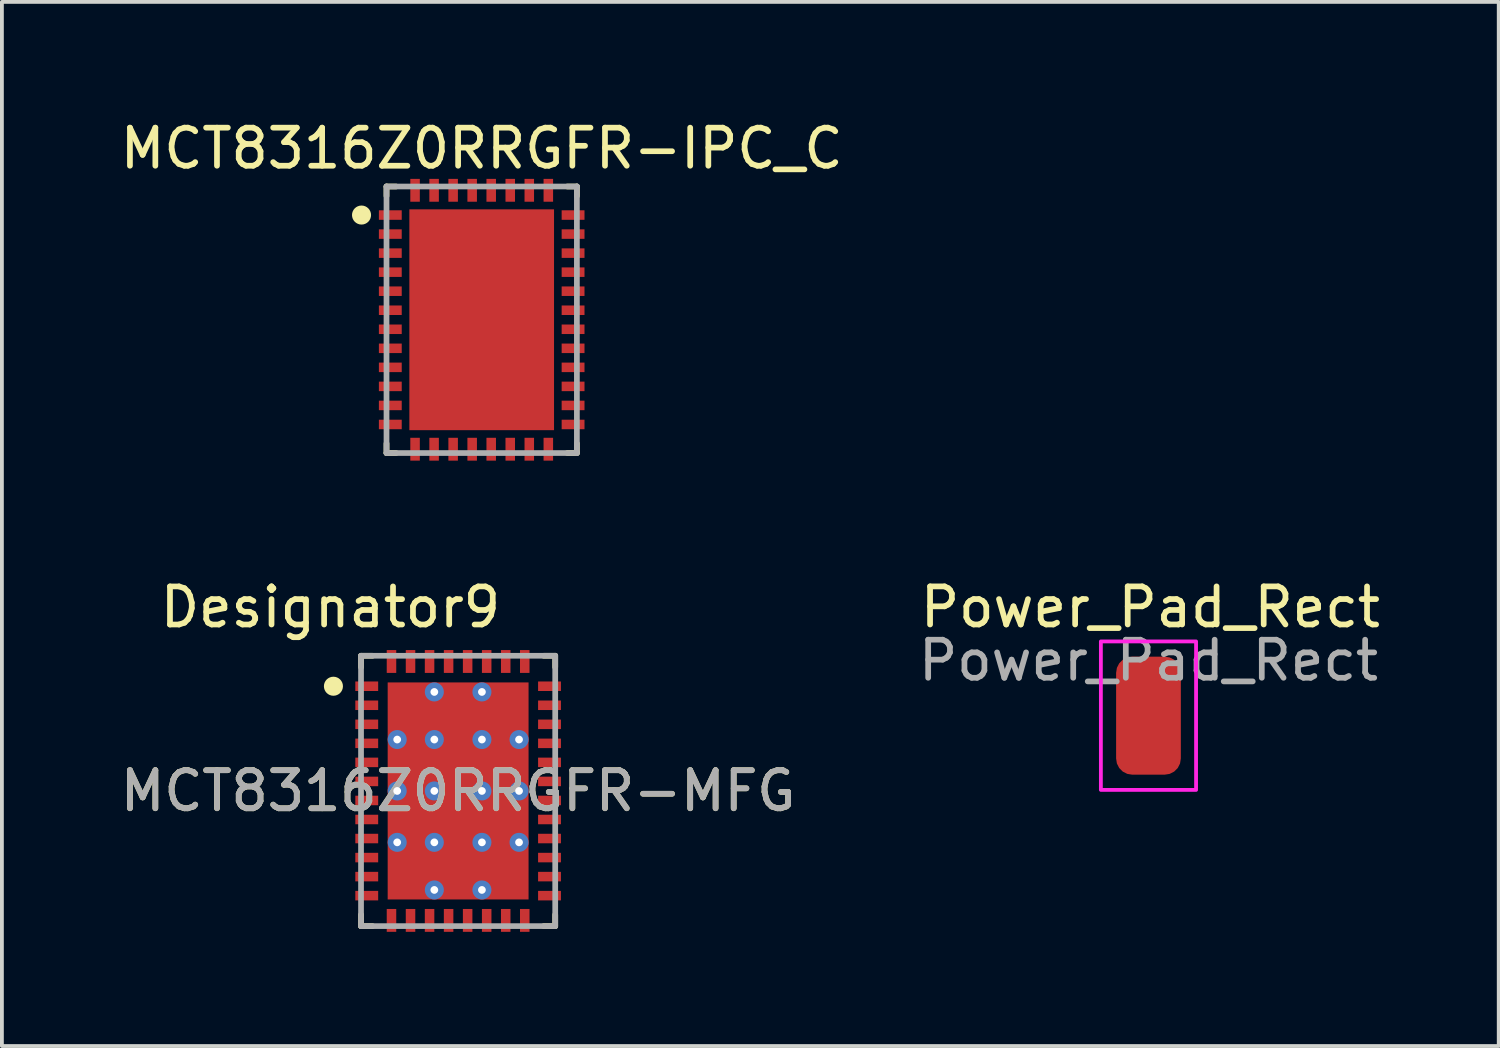
<source format=kicad_pcb>
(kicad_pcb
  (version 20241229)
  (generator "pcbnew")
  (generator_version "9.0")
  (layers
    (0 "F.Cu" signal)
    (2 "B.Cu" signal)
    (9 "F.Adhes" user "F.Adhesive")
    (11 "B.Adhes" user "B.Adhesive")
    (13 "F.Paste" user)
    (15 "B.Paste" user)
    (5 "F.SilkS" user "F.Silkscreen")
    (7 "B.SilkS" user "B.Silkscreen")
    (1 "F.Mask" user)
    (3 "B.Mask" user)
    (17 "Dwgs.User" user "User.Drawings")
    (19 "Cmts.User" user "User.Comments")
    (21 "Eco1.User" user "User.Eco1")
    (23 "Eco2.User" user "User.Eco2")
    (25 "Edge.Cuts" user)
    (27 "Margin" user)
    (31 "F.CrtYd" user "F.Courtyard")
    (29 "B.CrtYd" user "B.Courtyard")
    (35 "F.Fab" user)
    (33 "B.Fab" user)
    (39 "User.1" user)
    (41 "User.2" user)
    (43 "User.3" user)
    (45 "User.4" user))
  (footprint "MCT8316Z0RRGFR-MFG"
    (layer "F.Cu")
    (at 8.982 17.723)
    (property "Reference" "MCT8316Z0RRGFR-MFG" (at 0 0 0) (unlocked yes) (layer "F.SilkS") (effects (font (size 1 1) (thickness 0.15))))
    (attr smd)
    (fp_line (start -2.55 -3.55) (end -2.25 -3.55) (stroke (width 0.15) (type solid)) (layer "F.SilkS"))
    (fp_line (start -2.55 -3.25) (end -2.55 -3.55) (stroke (width 0.15) (type solid)) (layer "F.SilkS"))
    (fp_line (start -2.55 3.55) (end -2.55 3.25) (stroke (width 0.15) (type solid)) (layer "F.SilkS"))
    (fp_line (start -2.55 3.55) (end -2.25 3.55) (stroke (width 0.15) (type solid)) (layer "F.SilkS"))
    (fp_line (start 2.25 -3.55) (end 2.55 -3.55) (stroke (width 0.15) (type solid)) (layer "F.SilkS"))
    (fp_line (start 2.25 3.55) (end 2.55 3.55) (stroke (width 0.15) (type solid)) (layer "F.SilkS"))
    (fp_line (start 2.55 -3.25) (end 2.55 -3.55) (stroke (width 0.15) (type solid)) (layer "F.SilkS"))
    (fp_line (start 2.55 3.55) (end 2.55 3.25) (stroke (width 0.15) (type solid)) (layer "F.SilkS"))
    (fp_circle (center -3.275 -2.75) (end -3.15 -2.75) (stroke (width 0.25) (type solid)) (fill no) (layer "F.SilkS"))
    (fp_poly (pts (xy -1.775 -1.2) (xy -1.725 -1.25) (xy -0.775 -1.25) (xy -0.725 -1.2) (xy -0.725 -0.15) (xy -0.775 -0.1) (xy -1.725 -0.1) (xy -1.775 -0.15)) (stroke (width 0) (type solid)) (fill yes) (layer "F.Paste"))
    (fp_poly (pts (xy -0.775 1.25) (xy -1.725 1.25) (xy -1.775 1.2) (xy -1.775 0.15) (xy -1.725 0.1) (xy -0.775 0.1) (xy -0.725 0.15) (xy -0.725 1.2)) (stroke (width 0) (type solid)) (fill yes) (layer "F.Paste"))
    (fp_poly (pts (xy -0.775 1.45) (xy -0.725 1.5) (xy -0.725 2.55) (xy -0.775 2.6) (xy -1.725 2.6) (xy -1.775 2.55) (xy -1.775 1.5) (xy -1.725 1.45)) (stroke (width 0) (type solid)) (fill yes) (layer "F.Paste"))
    (fp_poly (pts (xy -0.725 -1.5) (xy -0.775 -1.45) (xy -1.725 -1.45) (xy -1.775 -1.5) (xy -1.775 -2.55) (xy -1.725 -2.6) (xy -0.775 -2.6) (xy -0.725 -2.55)) (stroke (width 0) (type solid)) (fill yes) (layer "F.Paste"))
    (fp_poly (pts (xy -0.475 0.1) (xy 0.475 0.1) (xy 0.525 0.15) (xy 0.525 1.2) (xy 0.475 1.25) (xy -0.475 1.25) (xy -0.525 1.2) (xy -0.525 0.15)) (stroke (width 0) (type solid)) (fill yes) (layer "F.Paste"))
    (fp_poly (pts (xy 0.475 -1.45) (xy -0.475 -1.45) (xy -0.525 -1.5) (xy -0.525 -2.55) (xy -0.475 -2.6) (xy 0.475 -2.6) (xy 0.525 -2.55) (xy 0.525 -1.5)) (stroke (width 0) (type solid)) (fill yes) (layer "F.Paste"))
    (fp_poly (pts (xy 0.475 -0.1) (xy -0.475 -0.1) (xy -0.525 -0.15) (xy -0.525 -1.2) (xy -0.475 -1.25) (xy 0.475 -1.25) (xy 0.525 -1.2) (xy 0.525 -0.15)) (stroke (width 0) (type solid)) (fill yes) (layer "F.Paste"))
    (fp_poly (pts (xy 0.525 2.55) (xy 0.475 2.6) (xy -0.475 2.6) (xy -0.525 2.55) (xy -0.525 1.5) (xy -0.475 1.45) (xy 0.475 1.45) (xy 0.525 1.5)) (stroke (width 0) (type solid)) (fill yes) (layer "F.Paste"))
    (fp_poly (pts (xy 0.725 -2.55) (xy 0.775 -2.6) (xy 1.725 -2.6) (xy 1.775 -2.55) (xy 1.775 -1.5) (xy 1.725 -1.45) (xy 0.775 -1.45) (xy 0.725 -1.5)) (stroke (width 0) (type solid)) (fill yes) (layer "F.Paste"))
    (fp_poly (pts (xy 0.725 2.55) (xy 0.725 1.5) (xy 0.775 1.45) (xy 1.725 1.45) (xy 1.775 1.5) (xy 1.775 2.55) (xy 1.725 2.6) (xy 0.775 2.6)) (stroke (width 0) (type solid)) (fill yes) (layer "F.Paste"))
    (fp_poly (pts (xy 1.725 -1.25) (xy 1.775 -1.2) (xy 1.775 -0.15) (xy 1.725 -0.1) (xy 0.775 -0.1) (xy 0.725 -0.15) (xy 0.725 -1.2) (xy 0.775 -1.25)) (stroke (width 0) (type solid)) (fill yes) (layer "F.Paste"))
    (fp_poly (pts (xy 1.775 0.15) (xy 1.775 1.2) (xy 1.725 1.25) (xy 0.775 1.25) (xy 0.725 1.2) (xy 0.725 0.15) (xy 0.775 0.1) (xy 1.725 0.1)) (stroke (width 0) (type solid)) (fill yes) (layer "F.Paste"))
    (fp_line (start -2.55 -3.55) (end 2.55 -3.55) (stroke (width 0.15) (type solid)) (layer "F.Fab"))
    (fp_line (start -2.55 3.55) (end -2.55 -3.55) (stroke (width 0.15) (type solid)) (layer "F.Fab"))
    (fp_line (start -2.55 3.55) (end 2.55 3.55) (stroke (width 0.15) (type solid)) (layer "F.Fab"))
    (fp_line (start 2.55 3.55) (end 2.55 -3.55) (stroke (width 0.15) (type solid)) (layer "F.Fab"))
    (fp_text user "Designator9" (at -3.353 -4.826 0) (unlocked yes) (layer "F.SilkS") (effects (font (size 1 1) (thickness 0.15))))
    (fp_text user "${REFERENCE}" (at 0 0 0) (unlocked yes) (layer "F.Fab") (effects (font (size 1 1) (thickness 0.15))))
    (pad "1" smd rect (at -2.4 -2.75 90) (size 0.25 0.6) (layers "F.Cu" "F.Mask" "F.Paste"))
    (pad "2" smd rect (at -2.4 -2.25 90) (size 0.25 0.6) (layers "F.Cu" "F.Mask" "F.Paste"))
    (pad "3" smd rect (at -2.4 -1.75 90) (size 0.25 0.6) (layers "F.Cu" "F.Mask" "F.Paste"))
    (pad "4" smd rect (at -2.4 -1.25 90) (size 0.25 0.6) (layers "F.Cu" "F.Mask" "F.Paste"))
    (pad "5" smd rect (at -2.4 -0.75 90) (size 0.25 0.6) (layers "F.Cu" "F.Mask" "F.Paste"))
    (pad "6" smd rect (at -2.4 -0.25 90) (size 0.25 0.6) (layers "F.Cu" "F.Mask" "F.Paste"))
    (pad "7" smd rect (at -2.4 0.25 90) (size 0.25 0.6) (layers "F.Cu" "F.Mask" "F.Paste"))
    (pad "8" smd rect (at -2.4 0.75 90) (size 0.25 0.6) (layers "F.Cu" "F.Mask" "F.Paste"))
    (pad "9" smd rect (at -2.4 1.25 90) (size 0.25 0.6) (layers "F.Cu" "F.Mask" "F.Paste"))
    (pad "10" smd rect (at -2.4 1.75 90) (size 0.25 0.6) (layers "F.Cu" "F.Mask" "F.Paste"))
    (pad "11" smd rect (at -2.4 2.25 90) (size 0.25 0.6) (layers "F.Cu" "F.Mask" "F.Paste"))
    (pad "12" smd rect (at -2.4 2.75 90) (size 0.25 0.6) (layers "F.Cu" "F.Mask" "F.Paste"))
    (pad "13" smd rect (at -1.75 3.4) (size 0.25 0.6) (layers "F.Cu" "F.Mask" "F.Paste"))
    (pad "14" smd rect (at -1.25 3.4) (size 0.25 0.6) (layers "F.Cu" "F.Mask" "F.Paste"))
    (pad "15" smd rect (at -0.75 3.4) (size 0.25 0.6) (layers "F.Cu" "F.Mask" "F.Paste"))
    (pad "16" smd rect (at -0.25 3.4) (size 0.25 0.6) (layers "F.Cu" "F.Mask" "F.Paste"))
    (pad "17" smd rect (at 0.25 3.4) (size 0.25 0.6) (layers "F.Cu" "F.Mask" "F.Paste"))
    (pad "18" smd rect (at 0.75 3.4) (size 0.25 0.6) (layers "F.Cu" "F.Mask" "F.Paste"))
    (pad "19" smd rect (at 1.25 3.4) (size 0.25 0.6) (layers "F.Cu" "F.Mask" "F.Paste"))
    (pad "20" smd rect (at 1.75 3.4) (size 0.25 0.6) (layers "F.Cu" "F.Mask" "F.Paste"))
    (pad "21" smd rect (at 2.4 2.75 90) (size 0.25 0.6) (layers "F.Cu" "F.Mask" "F.Paste"))
    (pad "22" smd rect (at 2.4 2.25 90) (size 0.25 0.6) (layers "F.Cu" "F.Mask" "F.Paste"))
    (pad "23" smd rect (at 2.4 1.75 90) (size 0.25 0.6) (layers "F.Cu" "F.Mask" "F.Paste"))
    (pad "24" smd rect (at 2.4 1.25 90) (size 0.25 0.6) (layers "F.Cu" "F.Mask" "F.Paste"))
    (pad "25" smd rect (at 2.4 0.75 90) (size 0.25 0.6) (layers "F.Cu" "F.Mask" "F.Paste"))
    (pad "26" smd rect (at 2.4 0.25 90) (size 0.25 0.6) (layers "F.Cu" "F.Mask" "F.Paste"))
    (pad "27" smd rect (at 2.4 -0.25 90) (size 0.25 0.6) (layers "F.Cu" "F.Mask" "F.Paste"))
    (pad "28" smd rect (at 2.4 -0.75 90) (size 0.25 0.6) (layers "F.Cu" "F.Mask" "F.Paste"))
    (pad "29" smd rect (at 2.4 -1.25 90) (size 0.25 0.6) (layers "F.Cu" "F.Mask" "F.Paste"))
    (pad "30" smd rect (at 2.4 -1.75 90) (size 0.25 0.6) (layers "F.Cu" "F.Mask" "F.Paste"))
    (pad "31" smd rect (at 2.4 -2.25 90) (size 0.25 0.6) (layers "F.Cu" "F.Mask" "F.Paste"))
    (pad "32" smd rect (at 2.4 -2.75 90) (size 0.25 0.6) (layers "F.Cu" "F.Mask" "F.Paste"))
    (pad "33" smd rect (at 1.75 -3.4) (size 0.25 0.6) (layers "F.Cu" "F.Mask" "F.Paste"))
    (pad "34" smd rect (at 1.25 -3.4) (size 0.25 0.6) (layers "F.Cu" "F.Mask" "F.Paste"))
    (pad "35" smd rect (at 0.75 -3.4) (size 0.25 0.6) (layers "F.Cu" "F.Mask" "F.Paste"))
    (pad "36" smd rect (at 0.25 -3.4) (size 0.25 0.6) (layers "F.Cu" "F.Mask" "F.Paste"))
    (pad "37" smd rect (at -0.25 -3.4) (size 0.25 0.6) (layers "F.Cu" "F.Mask" "F.Paste"))
    (pad "38" smd rect (at -0.75 -3.4) (size 0.25 0.6) (layers "F.Cu" "F.Mask" "F.Paste"))
    (pad "39" smd rect (at -1.25 -3.4) (size 0.25 0.6) (layers "F.Cu" "F.Mask" "F.Paste"))
    (pad "40" smd rect (at -1.75 -3.4) (size 0.25 0.6) (layers "F.Cu" "F.Mask" "F.Paste"))
    (pad "41" smd rect (at 0 0) (size 3.7 5.7) (layers "F.Cu" "F.Mask"))
    (pad "42" thru_hole circle (at 0.625 2.6) (size 0.5 0.5) (drill 0.203) (layers "*.Cu" "*.Mask"))
    (pad "43" thru_hole circle (at -0.625 2.6) (size 0.5 0.5) (drill 0.203) (layers "*.Cu" "*.Mask"))
    (pad "44" thru_hole circle (at 0.625 -2.6) (size 0.5 0.5) (drill 0.203) (layers "*.Cu" "*.Mask"))
    (pad "45" thru_hole circle (at -0.625 -2.6) (size 0.5 0.5) (drill 0.203) (layers "*.Cu" "*.Mask"))
    (pad "46" thru_hole circle (at -0.625 1.35) (size 0.5 0.5) (drill 0.203) (layers "*.Cu" "*.Mask"))
    (pad "47" thru_hole circle (at -0.625 0) (size 0.5 0.5) (drill 0.203) (layers "*.Cu" "*.Mask"))
    (pad "48" thru_hole circle (at -0.625 -1.35) (size 0.5 0.5) (drill 0.203) (layers "*.Cu" "*.Mask"))
    (pad "49" thru_hole circle (at 0.625 1.35) (size 0.5 0.5) (drill 0.203) (layers "*.Cu" "*.Mask"))
    (pad "50" thru_hole circle (at 0.625 0) (size 0.5 0.5) (drill 0.203) (layers "*.Cu" "*.Mask"))
    (pad "51" thru_hole circle (at 0.625 -1.35) (size 0.5 0.5) (drill 0.203) (layers "*.Cu" "*.Mask"))
    (pad "52" thru_hole circle (at 1.6 1.35) (size 0.5 0.5) (drill 0.203) (layers "*.Cu" "*.Mask"))
    (pad "53" thru_hole circle (at 1.6 0) (size 0.5 0.5) (drill 0.203) (layers "*.Cu" "*.Mask"))
    (pad "54" thru_hole circle (at 1.6 -1.35) (size 0.5 0.5) (drill 0.203) (layers "*.Cu" "*.Mask"))
    (pad "55" thru_hole circle (at -1.6 1.35) (size 0.5 0.5) (drill 0.203) (layers "*.Cu" "*.Mask"))
    (pad "56" thru_hole circle (at -1.6 0) (size 0.5 0.5) (drill 0.203) (layers "*.Cu" "*.Mask"))
    (pad "57" thru_hole circle (at -1.6 -1.35) (size 0.5 0.5) (drill 0.203) (layers "*.Cu" "*.Mask")))
  (footprint "MCT8316Z0RRGFR-IPC_C"
    (layer "F.Cu")
    (at 9.601 5.348)
    (property "Reference" "MCT8316Z0RRGFR-IPC_C" (at 0 -4.5 0) (unlocked yes) (layer "F.SilkS") (effects (font (size 1 1) (thickness 0.15))))
    (attr smd)
    (fp_line (start -2.5 -3.5) (end -2.25 -3.5) (stroke (width 0.15) (type solid)) (layer "F.SilkS"))
    (fp_line (start -2.5 -3.25) (end -2.5 -3.5) (stroke (width 0.15) (type solid)) (layer "F.SilkS"))
    (fp_line (start -2.5 3.5) (end -2.5 3.25) (stroke (width 0.15) (type solid)) (layer "F.SilkS"))
    (fp_line (start -2.5 3.5) (end -2.25 3.5) (stroke (width 0.15) (type solid)) (layer "F.SilkS"))
    (fp_line (start 2.25 -3.5) (end 2.5 -3.5) (stroke (width 0.15) (type solid)) (layer "F.SilkS"))
    (fp_line (start 2.25 3.5) (end 2.5 3.5) (stroke (width 0.15) (type solid)) (layer "F.SilkS"))
    (fp_line (start 2.5 -3.25) (end 2.5 -3.5) (stroke (width 0.15) (type solid)) (layer "F.SilkS"))
    (fp_line (start 2.5 3.5) (end 2.5 3.25) (stroke (width 0.15) (type solid)) (layer "F.SilkS"))
    (fp_circle (center -3.156 -2.75) (end -3.031 -2.75) (stroke (width 0.25) (type solid)) (fill no) (layer "F.SilkS"))
    (fp_poly (pts (xy -1.278 -0.311) (xy 1.278 -0.311) (xy 1.278 -2.278) (xy -1.278 -2.278)) (stroke (width 0) (type solid)) (fill yes) (layer "F.Paste"))
    (fp_poly (pts (xy -1.278 2.278) (xy 1.278 2.278) (xy 1.278 0.311) (xy -1.278 0.311)) (stroke (width 0) (type solid)) (fill yes) (layer "F.Paste"))
    (fp_line (start -2.5 -3.5) (end 2.5 -3.5) (stroke (width 0.15) (type solid)) (layer "F.Fab"))
    (fp_line (start -2.5 3.5) (end -2.5 -3.5) (stroke (width 0.15) (type solid)) (layer "F.Fab"))
    (fp_line (start -2.5 3.5) (end 2.5 3.5) (stroke (width 0.15) (type solid)) (layer "F.Fab"))
    (fp_line (start 2.5 3.5) (end 2.5 -3.5) (stroke (width 0.15) (type solid)) (layer "F.Fab"))
    (pad "1" smd rect (at -2.4 -2.75) (size 0.6 0.25) (layers "F.Cu" "F.Mask" "F.Paste"))
    (pad "2" smd rect (at -2.4 -2.25) (size 0.6 0.25) (layers "F.Cu" "F.Mask" "F.Paste"))
    (pad "3" smd rect (at -2.4 -1.75) (size 0.6 0.25) (layers "F.Cu" "F.Mask" "F.Paste"))
    (pad "4" smd rect (at -2.4 -1.25) (size 0.6 0.25) (layers "F.Cu" "F.Mask" "F.Paste"))
    (pad "5" smd rect (at -2.4 -0.75) (size 0.6 0.25) (layers "F.Cu" "F.Mask" "F.Paste"))
    (pad "6" smd rect (at -2.4 -0.25) (size 0.6 0.25) (layers "F.Cu" "F.Mask" "F.Paste"))
    (pad "7" smd rect (at -2.4 0.25) (size 0.6 0.25) (layers "F.Cu" "F.Mask" "F.Paste"))
    (pad "8" smd rect (at -2.4 0.75) (size 0.6 0.25) (layers "F.Cu" "F.Mask" "F.Paste"))
    (pad "9" smd rect (at -2.4 1.25) (size 0.6 0.25) (layers "F.Cu" "F.Mask" "F.Paste"))
    (pad "10" smd rect (at -2.4 1.75) (size 0.6 0.25) (layers "F.Cu" "F.Mask" "F.Paste"))
    (pad "11" smd rect (at -2.4 2.25) (size 0.6 0.25) (layers "F.Cu" "F.Mask" "F.Paste"))
    (pad "12" smd rect (at -2.4 2.75) (size 0.6 0.25) (layers "F.Cu" "F.Mask" "F.Paste"))
    (pad "13" smd rect (at -1.75 3.4 90) (size 0.6 0.25) (layers "F.Cu" "F.Mask" "F.Paste"))
    (pad "14" smd rect (at -1.25 3.4 90) (size 0.6 0.25) (layers "F.Cu" "F.Mask" "F.Paste"))
    (pad "15" smd rect (at -0.75 3.4 90) (size 0.6 0.25) (layers "F.Cu" "F.Mask" "F.Paste"))
    (pad "16" smd rect (at -0.25 3.4 90) (size 0.6 0.25) (layers "F.Cu" "F.Mask" "F.Paste"))
    (pad "17" smd rect (at 0.25 3.4 90) (size 0.6 0.25) (layers "F.Cu" "F.Mask" "F.Paste"))
    (pad "18" smd rect (at 0.75 3.4 90) (size 0.6 0.25) (layers "F.Cu" "F.Mask" "F.Paste"))
    (pad "19" smd rect (at 1.25 3.4 90) (size 0.6 0.25) (layers "F.Cu" "F.Mask" "F.Paste"))
    (pad "20" smd rect (at 1.75 3.4 90) (size 0.6 0.25) (layers "F.Cu" "F.Mask" "F.Paste"))
    (pad "21" smd rect (at 2.4 2.75) (size 0.6 0.25) (layers "F.Cu" "F.Mask" "F.Paste"))
    (pad "22" smd rect (at 2.4 2.25) (size 0.6 0.25) (layers "F.Cu" "F.Mask" "F.Paste"))
    (pad "23" smd rect (at 2.4 1.75) (size 0.6 0.25) (layers "F.Cu" "F.Mask" "F.Paste"))
    (pad "24" smd rect (at 2.4 1.25) (size 0.6 0.25) (layers "F.Cu" "F.Mask" "F.Paste"))
    (pad "25" smd rect (at 2.4 0.75) (size 0.6 0.25) (layers "F.Cu" "F.Mask" "F.Paste"))
    (pad "26" smd rect (at 2.4 0.25) (size 0.6 0.25) (layers "F.Cu" "F.Mask" "F.Paste"))
    (pad "27" smd rect (at 2.4 -0.25) (size 0.6 0.25) (layers "F.Cu" "F.Mask" "F.Paste"))
    (pad "28" smd rect (at 2.4 -0.75) (size 0.6 0.25) (layers "F.Cu" "F.Mask" "F.Paste"))
    (pad "29" smd rect (at 2.4 -1.25) (size 0.6 0.25) (layers "F.Cu" "F.Mask" "F.Paste"))
    (pad "30" smd rect (at 2.4 -1.75) (size 0.6 0.25) (layers "F.Cu" "F.Mask" "F.Paste"))
    (pad "31" smd rect (at 2.4 -2.25) (size 0.6 0.25) (layers "F.Cu" "F.Mask" "F.Paste"))
    (pad "32" smd rect (at 2.4 -2.75) (size 0.6 0.25) (layers "F.Cu" "F.Mask" "F.Paste"))
    (pad "33" smd rect (at 1.75 -3.4 90) (size 0.6 0.25) (layers "F.Cu" "F.Mask" "F.Paste"))
    (pad "34" smd rect (at 1.25 -3.4 90) (size 0.6 0.25) (layers "F.Cu" "F.Mask" "F.Paste"))
    (pad "35" smd rect (at 0.75 -3.4 90) (size 0.6 0.25) (layers "F.Cu" "F.Mask" "F.Paste"))
    (pad "36" smd rect (at 0.25 -3.4 90) (size 0.6 0.25) (layers "F.Cu" "F.Mask" "F.Paste"))
    (pad "37" smd rect (at -0.25 -3.4 90) (size 0.6 0.25) (layers "F.Cu" "F.Mask" "F.Paste"))
    (pad "38" smd rect (at -0.75 -3.4 90) (size 0.6 0.25) (layers "F.Cu" "F.Mask" "F.Paste"))
    (pad "39" smd rect (at -1.25 -3.4 90) (size 0.6 0.25) (layers "F.Cu" "F.Mask" "F.Paste"))
    (pad "40" smd rect (at -1.75 -3.4 90) (size 0.6 0.25) (layers "F.Cu" "F.Mask" "F.Paste"))
    (pad "41" smd rect (at 0 0) (size 3.8 5.8) (layers "F.Cu" "F.Mask")))
  (footprint "Power_Pad_Rect"
    (layer "F.Cu")
    (at 27.113 15.746)
    (property "Reference" "Power_Pad_Rect" (at 0.05 -2.85 0) (layer "F.SilkS") (effects (font (size 1 1) (thickness 0.15))))
    (attr exclude_from_pos_files exclude_from_bom)
    (fp_rect (start -1.25 -1.95) (end 1.25 1.95) (stroke (width 0.1) (type default)) (fill no) (layer "F.CrtYd"))
    (fp_text user "${REFERENCE}" (at 0 -1.45 0) (layer "F.Fab") (effects (font (size 1 1) (thickness 0.15))))
    (pad "1" smd roundrect (at 0 0) (size 1.7 3.1) (layers "F.Cu" "F.Mask") (roundrect_rratio 0.25)))
  (gr_rect
    (start -3 -3)
    (end 36.312 24.422)
    (stroke (width 0.1) (type default))
    (fill no)
    (layer "Edge.Cuts")))
</source>
